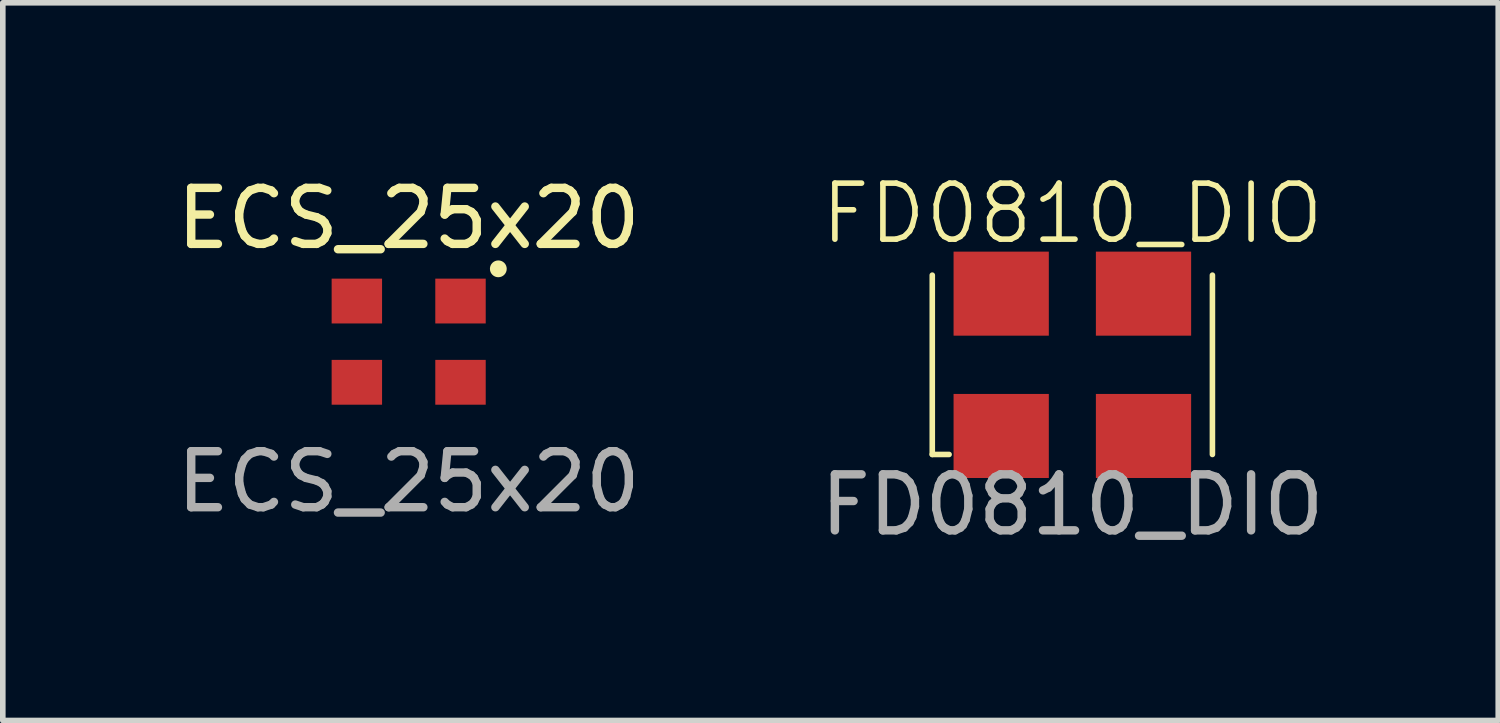
<source format=kicad_pcb>
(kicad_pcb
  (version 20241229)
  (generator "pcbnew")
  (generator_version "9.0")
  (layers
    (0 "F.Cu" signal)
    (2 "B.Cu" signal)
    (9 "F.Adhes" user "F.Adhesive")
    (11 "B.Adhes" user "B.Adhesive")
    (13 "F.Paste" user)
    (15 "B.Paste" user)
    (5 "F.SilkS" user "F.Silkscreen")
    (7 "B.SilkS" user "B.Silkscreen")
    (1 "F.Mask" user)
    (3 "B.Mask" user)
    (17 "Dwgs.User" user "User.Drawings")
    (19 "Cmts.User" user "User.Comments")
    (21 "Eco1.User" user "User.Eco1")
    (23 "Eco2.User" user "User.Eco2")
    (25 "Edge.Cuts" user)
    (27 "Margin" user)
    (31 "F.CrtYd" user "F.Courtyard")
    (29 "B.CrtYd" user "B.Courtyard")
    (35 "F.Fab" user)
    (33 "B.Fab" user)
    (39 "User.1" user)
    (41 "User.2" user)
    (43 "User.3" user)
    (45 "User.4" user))
  (footprint "ECS_25x20"
    (layer "F.Cu")
    (at 4.244 3.048)
    (property "Reference" "ECS_25x20" (at 0 -2.2 0) (unlocked yes) (layer "F.SilkS") (effects (font (size 1 1) (thickness 0.15))))
    (attr smd)
    (fp_circle (center 1.6 -1.3) (end 1.7 -1.3) (stroke (width 0.1) (type solid)) (fill yes) (layer "F.SilkS"))
    (fp_text user "${REFERENCE}" (at 0 2.5 0) (unlocked yes) (layer "F.Fab") (effects (font (size 1 1) (thickness 0.15))))
    (pad "1" smd rect (at 0.925 -0.725) (size 0.9 0.8) (layers "F.Cu" "F.Mask" "F.Paste"))
    (pad "2" smd rect (at -0.925 -0.725) (size 0.9 0.8) (layers "F.Cu" "F.Mask" "F.Paste"))
    (pad "3" smd rect (at -0.925 0.725) (size 0.9 0.8) (layers "F.Cu" "F.Mask" "F.Paste"))
    (pad "4" smd rect (at 0.925 0.725) (size 0.9 0.8) (layers "F.Cu" "F.Mask" "F.Paste")))
  (footprint "FD0810_DIO"
    (layer "F.Cu")
    (at 16.089 3.461)
    (property "Reference" "FD0810_DIO" (at 0 -2.7 0) (unlocked yes) (layer "F.SilkS") (effects (font (size 1 1) (thickness 0.1))))
    (attr smd)
    (fp_line (start -2.5 -1.6) (end -2.5 1.6) (stroke (width 0.1) (type solid)) (layer "F.SilkS"))
    (fp_line (start -2.5 1.6) (end -2.2 1.6) (stroke (width 0.1) (type default)) (layer "F.SilkS"))
    (fp_line (start 2.5 -1.6) (end 2.5 1.6) (stroke (width 0.1) (type default)) (layer "F.SilkS"))
    (fp_text user "${REFERENCE}" (at 0 2.5 0) (unlocked yes) (layer "F.Fab") (effects (font (size 1 1) (thickness 0.15))))
    (pad "1" smd rect (at -1.27 1.27) (size 1.7 1.5) (layers "F.Cu" "F.Mask" "F.Paste"))
    (pad "2" smd rect (at 1.27 1.27) (size 1.7 1.5) (layers "F.Cu" "F.Mask" "F.Paste"))
    (pad "3" smd rect (at 1.27 -1.27) (size 1.7 1.5) (layers "F.Cu" "F.Mask" "F.Paste"))
    (pad "4" smd rect (at -1.27 -1.27) (size 1.7 1.5) (layers "F.Cu" "F.Mask" "F.Paste")))
  (gr_rect
    (start -3 -3)
    (end 23.69 9.809)
    (stroke (width 0.1) (type default))
    (fill no)
    (layer "Edge.Cuts")))
</source>
